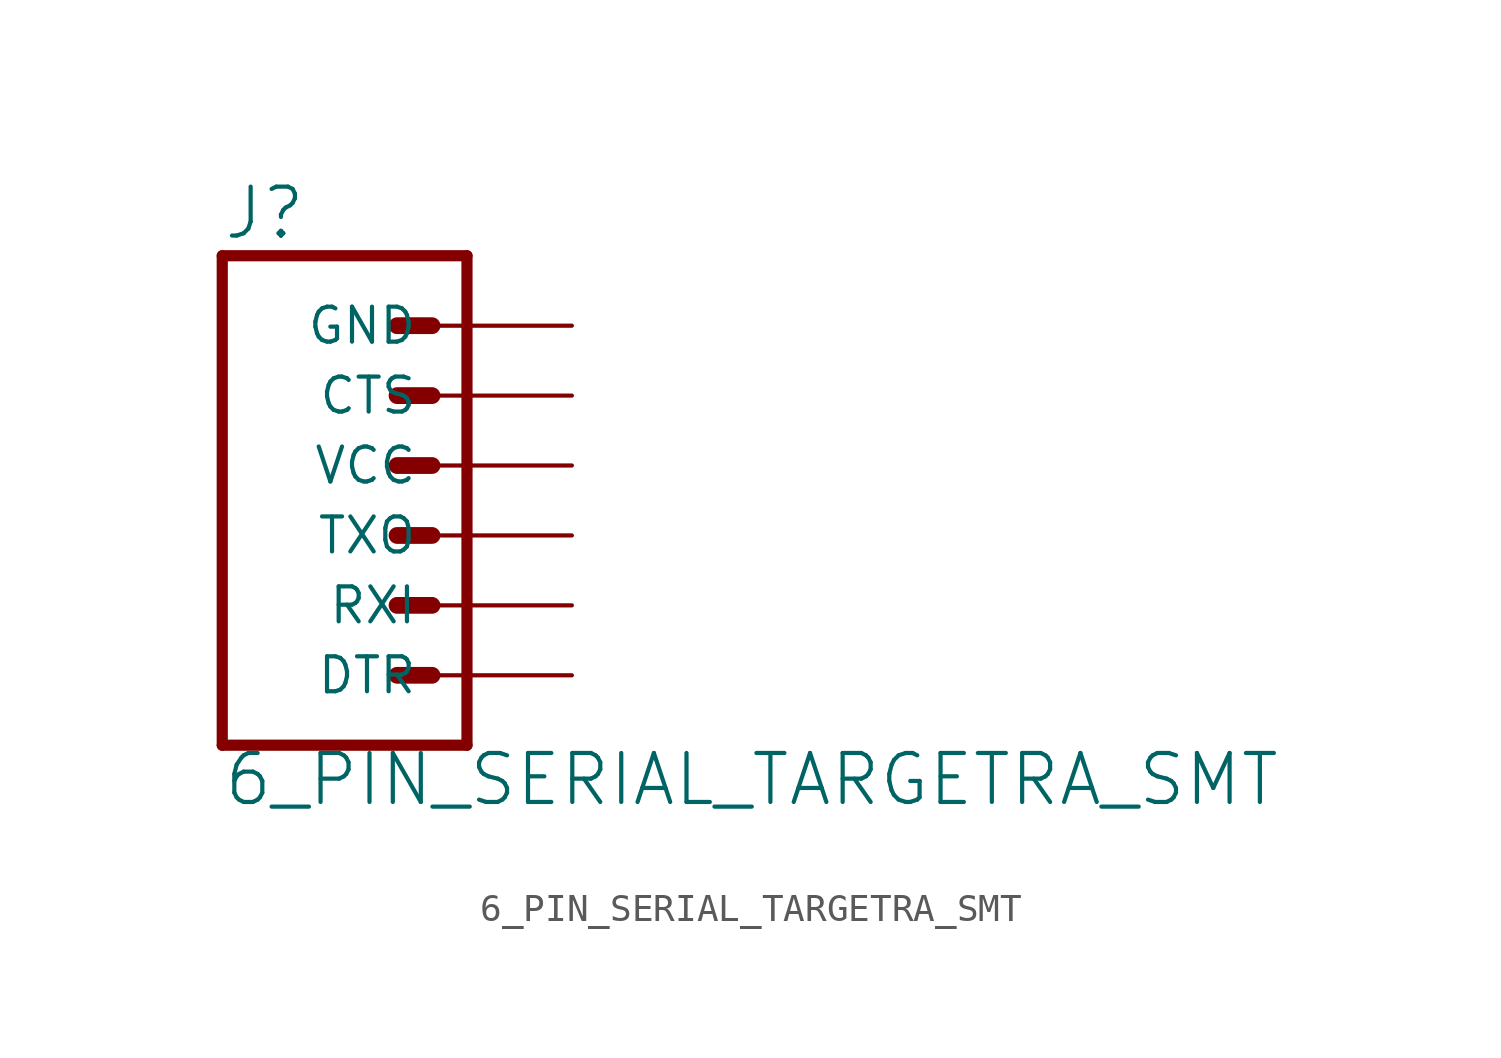
<source format=kicad_sym>
(kicad_symbol_lib
  (version 20211014)
  (generator kicad_symbol_editor)
  (symbol "6_PIN_SERIAL_TARGETRA_SMT"
    (property "Reference" "J"
      (at -7.62 10.668 0)
      (effects (font (size 1.778 1.778)) (justify left bottom)))
    (property "Value" "6_PIN_SERIAL_TARGETRA_SMT"
      (at -7.62 -9.906 0)
      (effects (font (size 1.778 1.778)) (justify left bottom)))
    (property "ki_locked" ""
      (at 0 0 0)
      (effects (font (size 1.27 1.27))))
    (symbol "6_PIN_SERIAL_TARGETRA_SMT_1_0"
      (polyline (pts (xy -7.62 10.16) (xy -7.62 -7.62)) (stroke (width 0.406) (type default) (color 0 0 0 0)) (fill (type none)))
      (polyline (pts (xy -7.62 10.16) (xy 1.27 10.16)) (stroke (width 0.406) (type default) (color 0 0 0 0)) (fill (type none)))
      (polyline (pts (xy -1.27 -5.08) (xy 0 -5.08)) (stroke (width 0.61) (type default) (color 0 0 0 0)) (fill (type none)))
      (polyline (pts (xy -1.27 -2.54) (xy 0 -2.54)) (stroke (width 0.61) (type default) (color 0 0 0 0)) (fill (type none)))
      (polyline (pts (xy -1.27 0) (xy 0 0)) (stroke (width 0.61) (type default) (color 0 0 0 0)) (fill (type none)))
      (polyline (pts (xy -1.27 2.54) (xy 0 2.54)) (stroke (width 0.61) (type default) (color 0 0 0 0)) (fill (type none)))
      (polyline (pts (xy -1.27 5.08) (xy 0 5.08)) (stroke (width 0.61) (type default) (color 0 0 0 0)) (fill (type none)))
      (polyline (pts (xy -1.27 7.62) (xy 0 7.62)) (stroke (width 0.61) (type default) (color 0 0 0 0)) (fill (type none)))
      (polyline (pts (xy 1.27 -7.62) (xy -7.62 -7.62)) (stroke (width 0.406) (type default) (color 0 0 0 0)) (fill (type none)))
      (polyline (pts (xy 1.27 -7.62) (xy 1.27 10.16)) (stroke (width 0.406) (type default) (color 0 0 0 0)) (fill (type none)))
      (pin passive line (at 5.08 -5.08 180) (length 5.08) (name "DTR" (effects (font (size 1.27 1.27)))) (number "1" (effects (font (size 0 0)))))
      (pin passive line (at 5.08 0 180) (length 5.08) (name "TXO" (effects (font (size 1.27 1.27)))) (number "2" (effects (font (size 0 0)))))
      (pin passive line (at 5.08 -2.54 180) (length 5.08) (name "RXI" (effects (font (size 1.27 1.27)))) (number "3" (effects (font (size 0 0)))))
      (pin passive line (at 5.08 2.54 180) (length 5.08) (name "VCC" (effects (font (size 1.27 1.27)))) (number "4" (effects (font (size 0 0)))))
      (pin passive line (at 5.08 5.08 180) (length 5.08) (name "CTS" (effects (font (size 1.27 1.27)))) (number "5" (effects (font (size 0 0)))))
      (pin passive line (at 5.08 7.62 180) (length 5.08) (name "GND" (effects (font (size 1.27 1.27)))) (number "6" (effects (font (size 0 0))))))))
</source>
